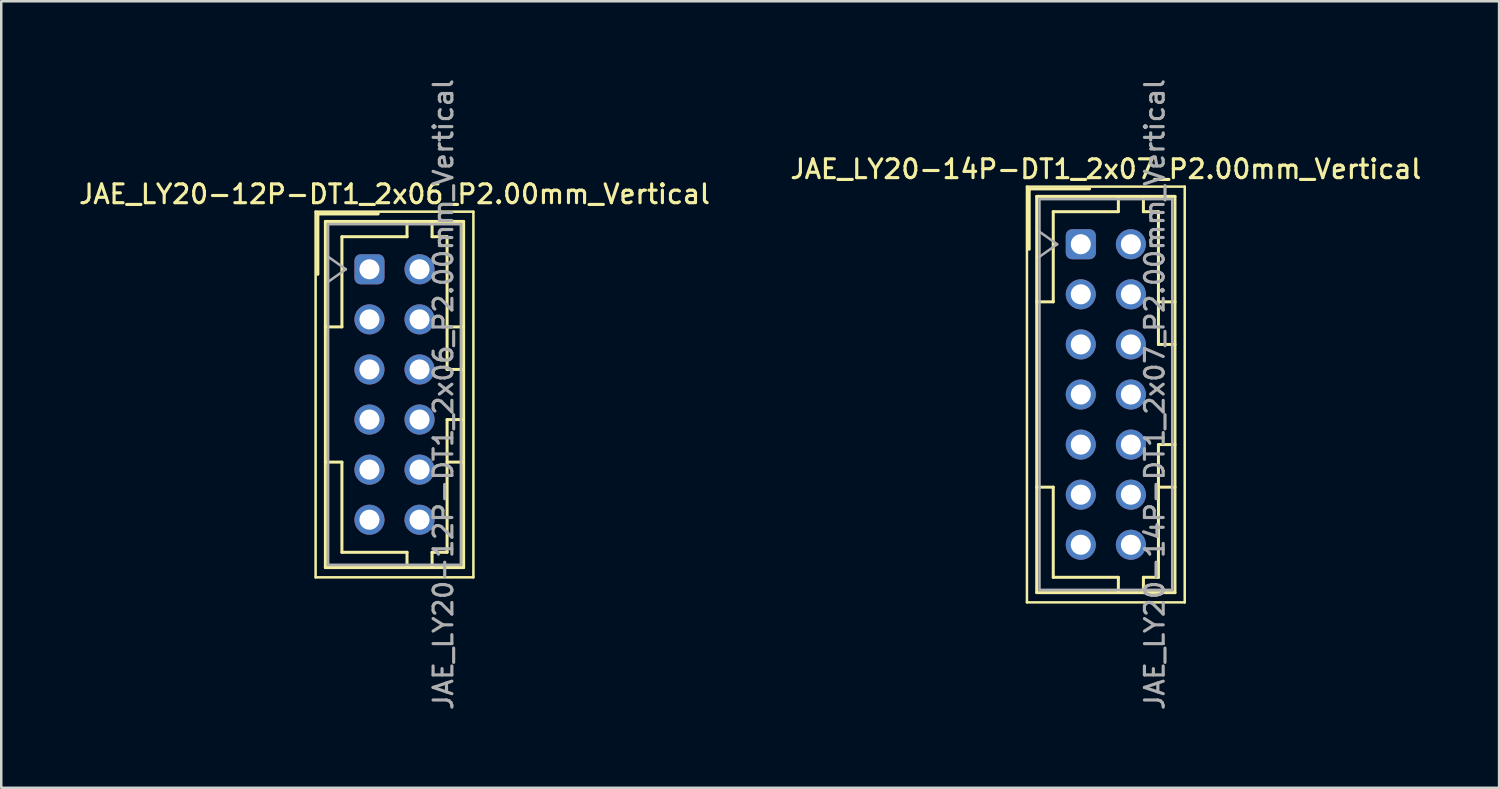
<source format=kicad_pcb>
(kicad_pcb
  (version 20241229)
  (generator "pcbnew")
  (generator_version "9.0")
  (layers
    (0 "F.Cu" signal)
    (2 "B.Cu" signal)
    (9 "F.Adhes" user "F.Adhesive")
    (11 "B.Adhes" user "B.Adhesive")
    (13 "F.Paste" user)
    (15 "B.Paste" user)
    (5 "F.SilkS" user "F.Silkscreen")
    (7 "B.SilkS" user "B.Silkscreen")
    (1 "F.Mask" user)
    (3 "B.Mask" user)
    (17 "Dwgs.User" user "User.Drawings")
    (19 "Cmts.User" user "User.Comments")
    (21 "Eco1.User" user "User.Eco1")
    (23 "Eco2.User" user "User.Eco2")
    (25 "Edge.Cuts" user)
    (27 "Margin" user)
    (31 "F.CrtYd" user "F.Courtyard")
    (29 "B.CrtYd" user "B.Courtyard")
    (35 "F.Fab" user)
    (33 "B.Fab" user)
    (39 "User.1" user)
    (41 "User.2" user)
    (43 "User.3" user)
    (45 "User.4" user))
  (footprint "JAE_LY20-14P-DT1_2x07_P2.00mm_Vertical"
    (layer "F.Cu")
    (at 40.105 6.702)
    (property "Reference" "JAE_LY20-14P-DT1_2x07_P2.00mm_Vertical" (at 1 -3 0) (layer "F.SilkS") (effects (font (size 0.75 0.75) (thickness 0.125))))
    (attr through_hole)
    (fp_line (start -2.15 -2.3) (end -2.15 14.3) (stroke (width 0.1) (type solid)) (layer "F.SilkS"))
    (fp_line (start -2.15 14.3) (end 4.15 14.3) (stroke (width 0.1) (type solid)) (layer "F.SilkS"))
    (fp_line (start -2.06 -2.21) (end -2.06 0.2) (stroke (width 0.12) (type solid)) (layer "F.SilkS"))
    (fp_line (start -1.76 -1.91) (end -1.76 13.91) (stroke (width 0.12) (type solid)) (layer "F.SilkS"))
    (fp_line (start -1.76 13.91) (end 3.76 13.91) (stroke (width 0.12) (type solid)) (layer "F.SilkS"))
    (fp_line (start -1.1 -1.3) (end -1.1 2.3) (stroke (width 0.12) (type solid)) (layer "F.SilkS"))
    (fp_line (start -1.1 2.3) (end -1.76 2.3) (stroke (width 0.12) (type solid)) (layer "F.SilkS"))
    (fp_line (start -1.1 9.7) (end -1.76 9.7) (stroke (width 0.12) (type solid)) (layer "F.SilkS"))
    (fp_line (start -1.1 13.3) (end -1.1 9.7) (stroke (width 0.12) (type solid)) (layer "F.SilkS"))
    (fp_line (start 0.35 -2.21) (end -2.06 -2.21) (stroke (width 0.12) (type solid)) (layer "F.SilkS"))
    (fp_line (start 1.5 -1.91) (end 1.5 -1.3) (stroke (width 0.12) (type solid)) (layer "F.SilkS"))
    (fp_line (start 1.5 -1.3) (end -1.1 -1.3) (stroke (width 0.12) (type solid)) (layer "F.SilkS"))
    (fp_line (start 1.5 13.3) (end -1.1 13.3) (stroke (width 0.12) (type solid)) (layer "F.SilkS"))
    (fp_line (start 1.5 13.91) (end 1.5 13.3) (stroke (width 0.12) (type solid)) (layer "F.SilkS"))
    (fp_line (start 2.5 -1.91) (end 2.5 -1.3) (stroke (width 0.12) (type solid)) (layer "F.SilkS"))
    (fp_line (start 2.5 -1.3) (end 3.1 -1.3) (stroke (width 0.12) (type solid)) (layer "F.SilkS"))
    (fp_line (start 2.5 13.3) (end 3.1 13.3) (stroke (width 0.12) (type solid)) (layer "F.SilkS"))
    (fp_line (start 2.5 13.91) (end 2.5 13.3) (stroke (width 0.12) (type solid)) (layer "F.SilkS"))
    (fp_line (start 3.1 -1.3) (end 3.1 4) (stroke (width 0.12) (type solid)) (layer "F.SilkS"))
    (fp_line (start 3.1 4) (end 3.76 4) (stroke (width 0.12) (type solid)) (layer "F.SilkS"))
    (fp_line (start 3.1 8) (end 3.76 8) (stroke (width 0.12) (type solid)) (layer "F.SilkS"))
    (fp_line (start 3.1 13.3) (end 3.1 8) (stroke (width 0.12) (type solid)) (layer "F.SilkS"))
    (fp_line (start 3.76 -1.91) (end -1.76 -1.91) (stroke (width 0.12) (type solid)) (layer "F.SilkS"))
    (fp_line (start 3.76 2.3) (end 3.1 2.3) (stroke (width 0.12) (type solid)) (layer "F.SilkS"))
    (fp_line (start 3.76 9.7) (end 3.1 9.7) (stroke (width 0.12) (type solid)) (layer "F.SilkS"))
    (fp_line (start 3.76 13.91) (end 3.76 -1.91) (stroke (width 0.12) (type solid)) (layer "F.SilkS"))
    (fp_line (start 4.15 -2.3) (end -2.15 -2.3) (stroke (width 0.1) (type solid)) (layer "F.SilkS"))
    (fp_line (start 4.15 14.3) (end 4.15 -2.3) (stroke (width 0.1) (type solid)) (layer "F.SilkS"))
    (fp_line (start -1.65 -1.8) (end -1.65 13.8) (stroke (width 0.1) (type solid)) (layer "F.Fab"))
    (fp_line (start -1.65 0.5) (end -0.943 0) (stroke (width 0.1) (type solid)) (layer "F.Fab"))
    (fp_line (start -1.65 13.8) (end 3.65 13.8) (stroke (width 0.1) (type solid)) (layer "F.Fab"))
    (fp_line (start -0.943 0) (end -1.65 -0.5) (stroke (width 0.1) (type solid)) (layer "F.Fab"))
    (fp_line (start 3.65 -1.8) (end -1.65 -1.8) (stroke (width 0.1) (type solid)) (layer "F.Fab"))
    (fp_line (start 3.65 13.8) (end 3.65 -1.8) (stroke (width 0.1) (type solid)) (layer "F.Fab"))
    (fp_text user "${REFERENCE}" (at 2.95 6 90) (layer "F.Fab") (effects (font (size 0.75 0.75) (thickness 0.125))))
    (pad "a1" thru_hole roundrect (at 0 0) (size 1.2 1.2) (drill 0.8) (layers "*.Cu" "*.Mask") (roundrect_rratio 0.208))
    (pad "a2" thru_hole circle (at 0 2) (size 1.2 1.2) (drill 0.8) (layers "*.Cu" "*.Mask"))
    (pad "a3" thru_hole circle (at 0 4) (size 1.2 1.2) (drill 0.8) (layers "*.Cu" "*.Mask"))
    (pad "a4" thru_hole circle (at 0 6) (size 1.2 1.2) (drill 0.8) (layers "*.Cu" "*.Mask"))
    (pad "a5" thru_hole circle (at 0 8) (size 1.2 1.2) (drill 0.8) (layers "*.Cu" "*.Mask"))
    (pad "a6" thru_hole circle (at 0 10) (size 1.2 1.2) (drill 0.8) (layers "*.Cu" "*.Mask"))
    (pad "a7" thru_hole circle (at 0 12) (size 1.2 1.2) (drill 0.8) (layers "*.Cu" "*.Mask"))
    (pad "b1" thru_hole circle (at 2 0) (size 1.2 1.2) (drill 0.8) (layers "*.Cu" "*.Mask"))
    (pad "b2" thru_hole circle (at 2 2) (size 1.2 1.2) (drill 0.8) (layers "*.Cu" "*.Mask"))
    (pad "b3" thru_hole circle (at 2 4) (size 1.2 1.2) (drill 0.8) (layers "*.Cu" "*.Mask"))
    (pad "b4" thru_hole circle (at 2 6) (size 1.2 1.2) (drill 0.8) (layers "*.Cu" "*.Mask"))
    (pad "b5" thru_hole circle (at 2 8) (size 1.2 1.2) (drill 0.8) (layers "*.Cu" "*.Mask"))
    (pad "b6" thru_hole circle (at 2 10) (size 1.2 1.2) (drill 0.8) (layers "*.Cu" "*.Mask"))
    (pad "b7" thru_hole circle (at 2 12) (size 1.2 1.2) (drill 0.8) (layers "*.Cu" "*.Mask")))
  (footprint "JAE_LY20-12P-DT1_2x06_P2.00mm_Vertical"
    (layer "F.Cu")
    (at 11.702 7.702)
    (property "Reference" "JAE_LY20-12P-DT1_2x06_P2.00mm_Vertical" (at 1 -3 0) (layer "F.SilkS") (effects (font (size 0.75 0.75) (thickness 0.125))))
    (attr through_hole)
    (fp_line (start -2.15 -2.3) (end -2.15 12.3) (stroke (width 0.1) (type solid)) (layer "F.SilkS"))
    (fp_line (start -2.15 12.3) (end 4.15 12.3) (stroke (width 0.1) (type solid)) (layer "F.SilkS"))
    (fp_line (start -2.06 -2.21) (end -2.06 0.2) (stroke (width 0.12) (type solid)) (layer "F.SilkS"))
    (fp_line (start -1.76 -1.91) (end -1.76 11.91) (stroke (width 0.12) (type solid)) (layer "F.SilkS"))
    (fp_line (start -1.76 11.91) (end 3.76 11.91) (stroke (width 0.12) (type solid)) (layer "F.SilkS"))
    (fp_line (start -1.1 -1.3) (end -1.1 2.3) (stroke (width 0.12) (type solid)) (layer "F.SilkS"))
    (fp_line (start -1.1 2.3) (end -1.76 2.3) (stroke (width 0.12) (type solid)) (layer "F.SilkS"))
    (fp_line (start -1.1 7.7) (end -1.76 7.7) (stroke (width 0.12) (type solid)) (layer "F.SilkS"))
    (fp_line (start -1.1 11.3) (end -1.1 7.7) (stroke (width 0.12) (type solid)) (layer "F.SilkS"))
    (fp_line (start 0.35 -2.21) (end -2.06 -2.21) (stroke (width 0.12) (type solid)) (layer "F.SilkS"))
    (fp_line (start 1.5 -1.91) (end 1.5 -1.3) (stroke (width 0.12) (type solid)) (layer "F.SilkS"))
    (fp_line (start 1.5 -1.3) (end -1.1 -1.3) (stroke (width 0.12) (type solid)) (layer "F.SilkS"))
    (fp_line (start 1.5 11.3) (end -1.1 11.3) (stroke (width 0.12) (type solid)) (layer "F.SilkS"))
    (fp_line (start 1.5 11.91) (end 1.5 11.3) (stroke (width 0.12) (type solid)) (layer "F.SilkS"))
    (fp_line (start 2.5 -1.91) (end 2.5 -1.3) (stroke (width 0.12) (type solid)) (layer "F.SilkS"))
    (fp_line (start 2.5 -1.3) (end 3.1 -1.3) (stroke (width 0.12) (type solid)) (layer "F.SilkS"))
    (fp_line (start 2.5 11.3) (end 3.1 11.3) (stroke (width 0.12) (type solid)) (layer "F.SilkS"))
    (fp_line (start 2.5 11.91) (end 2.5 11.3) (stroke (width 0.12) (type solid)) (layer "F.SilkS"))
    (fp_line (start 3.1 -1.3) (end 3.1 4) (stroke (width 0.12) (type solid)) (layer "F.SilkS"))
    (fp_line (start 3.1 4) (end 3.76 4) (stroke (width 0.12) (type solid)) (layer "F.SilkS"))
    (fp_line (start 3.1 6) (end 3.76 6) (stroke (width 0.12) (type solid)) (layer "F.SilkS"))
    (fp_line (start 3.1 11.3) (end 3.1 6) (stroke (width 0.12) (type solid)) (layer "F.SilkS"))
    (fp_line (start 3.76 -1.91) (end -1.76 -1.91) (stroke (width 0.12) (type solid)) (layer "F.SilkS"))
    (fp_line (start 3.76 2.3) (end 3.1 2.3) (stroke (width 0.12) (type solid)) (layer "F.SilkS"))
    (fp_line (start 3.76 7.7) (end 3.1 7.7) (stroke (width 0.12) (type solid)) (layer "F.SilkS"))
    (fp_line (start 3.76 11.91) (end 3.76 -1.91) (stroke (width 0.12) (type solid)) (layer "F.SilkS"))
    (fp_line (start 4.15 -2.3) (end -2.15 -2.3) (stroke (width 0.1) (type solid)) (layer "F.SilkS"))
    (fp_line (start 4.15 12.3) (end 4.15 -2.3) (stroke (width 0.1) (type solid)) (layer "F.SilkS"))
    (fp_line (start -1.65 -1.8) (end -1.65 11.8) (stroke (width 0.1) (type solid)) (layer "F.Fab"))
    (fp_line (start -1.65 0.5) (end -0.943 0) (stroke (width 0.1) (type solid)) (layer "F.Fab"))
    (fp_line (start -1.65 11.8) (end 3.65 11.8) (stroke (width 0.1) (type solid)) (layer "F.Fab"))
    (fp_line (start -0.943 0) (end -1.65 -0.5) (stroke (width 0.1) (type solid)) (layer "F.Fab"))
    (fp_line (start 3.65 -1.8) (end -1.65 -1.8) (stroke (width 0.1) (type solid)) (layer "F.Fab"))
    (fp_line (start 3.65 11.8) (end 3.65 -1.8) (stroke (width 0.1) (type solid)) (layer "F.Fab"))
    (fp_text user "${REFERENCE}" (at 2.95 5 90) (layer "F.Fab") (effects (font (size 0.75 0.75) (thickness 0.125))))
    (pad "a1" thru_hole roundrect (at 0 0) (size 1.2 1.2) (drill 0.8) (layers "*.Cu" "*.Mask") (roundrect_rratio 0.208))
    (pad "a2" thru_hole circle (at 0 2) (size 1.2 1.2) (drill 0.8) (layers "*.Cu" "*.Mask"))
    (pad "a3" thru_hole circle (at 0 4) (size 1.2 1.2) (drill 0.8) (layers "*.Cu" "*.Mask"))
    (pad "a4" thru_hole circle (at 0 6) (size 1.2 1.2) (drill 0.8) (layers "*.Cu" "*.Mask"))
    (pad "a5" thru_hole circle (at 0 8) (size 1.2 1.2) (drill 0.8) (layers "*.Cu" "*.Mask"))
    (pad "a6" thru_hole circle (at 0 10) (size 1.2 1.2) (drill 0.8) (layers "*.Cu" "*.Mask"))
    (pad "b1" thru_hole circle (at 2 0) (size 1.2 1.2) (drill 0.8) (layers "*.Cu" "*.Mask"))
    (pad "b2" thru_hole circle (at 2 2) (size 1.2 1.2) (drill 0.8) (layers "*.Cu" "*.Mask"))
    (pad "b3" thru_hole circle (at 2 4) (size 1.2 1.2) (drill 0.8) (layers "*.Cu" "*.Mask"))
    (pad "b4" thru_hole circle (at 2 6) (size 1.2 1.2) (drill 0.8) (layers "*.Cu" "*.Mask"))
    (pad "b5" thru_hole circle (at 2 8) (size 1.2 1.2) (drill 0.8) (layers "*.Cu" "*.Mask"))
    (pad "b6" thru_hole circle (at 2 10) (size 1.2 1.2) (drill 0.8) (layers "*.Cu" "*.Mask")))
  (gr_rect
    (start -3 -3)
    (end 56.807 28.404)
    (stroke (width 0.1) (type default))
    (fill no)
    (layer "Edge.Cuts")))
</source>
